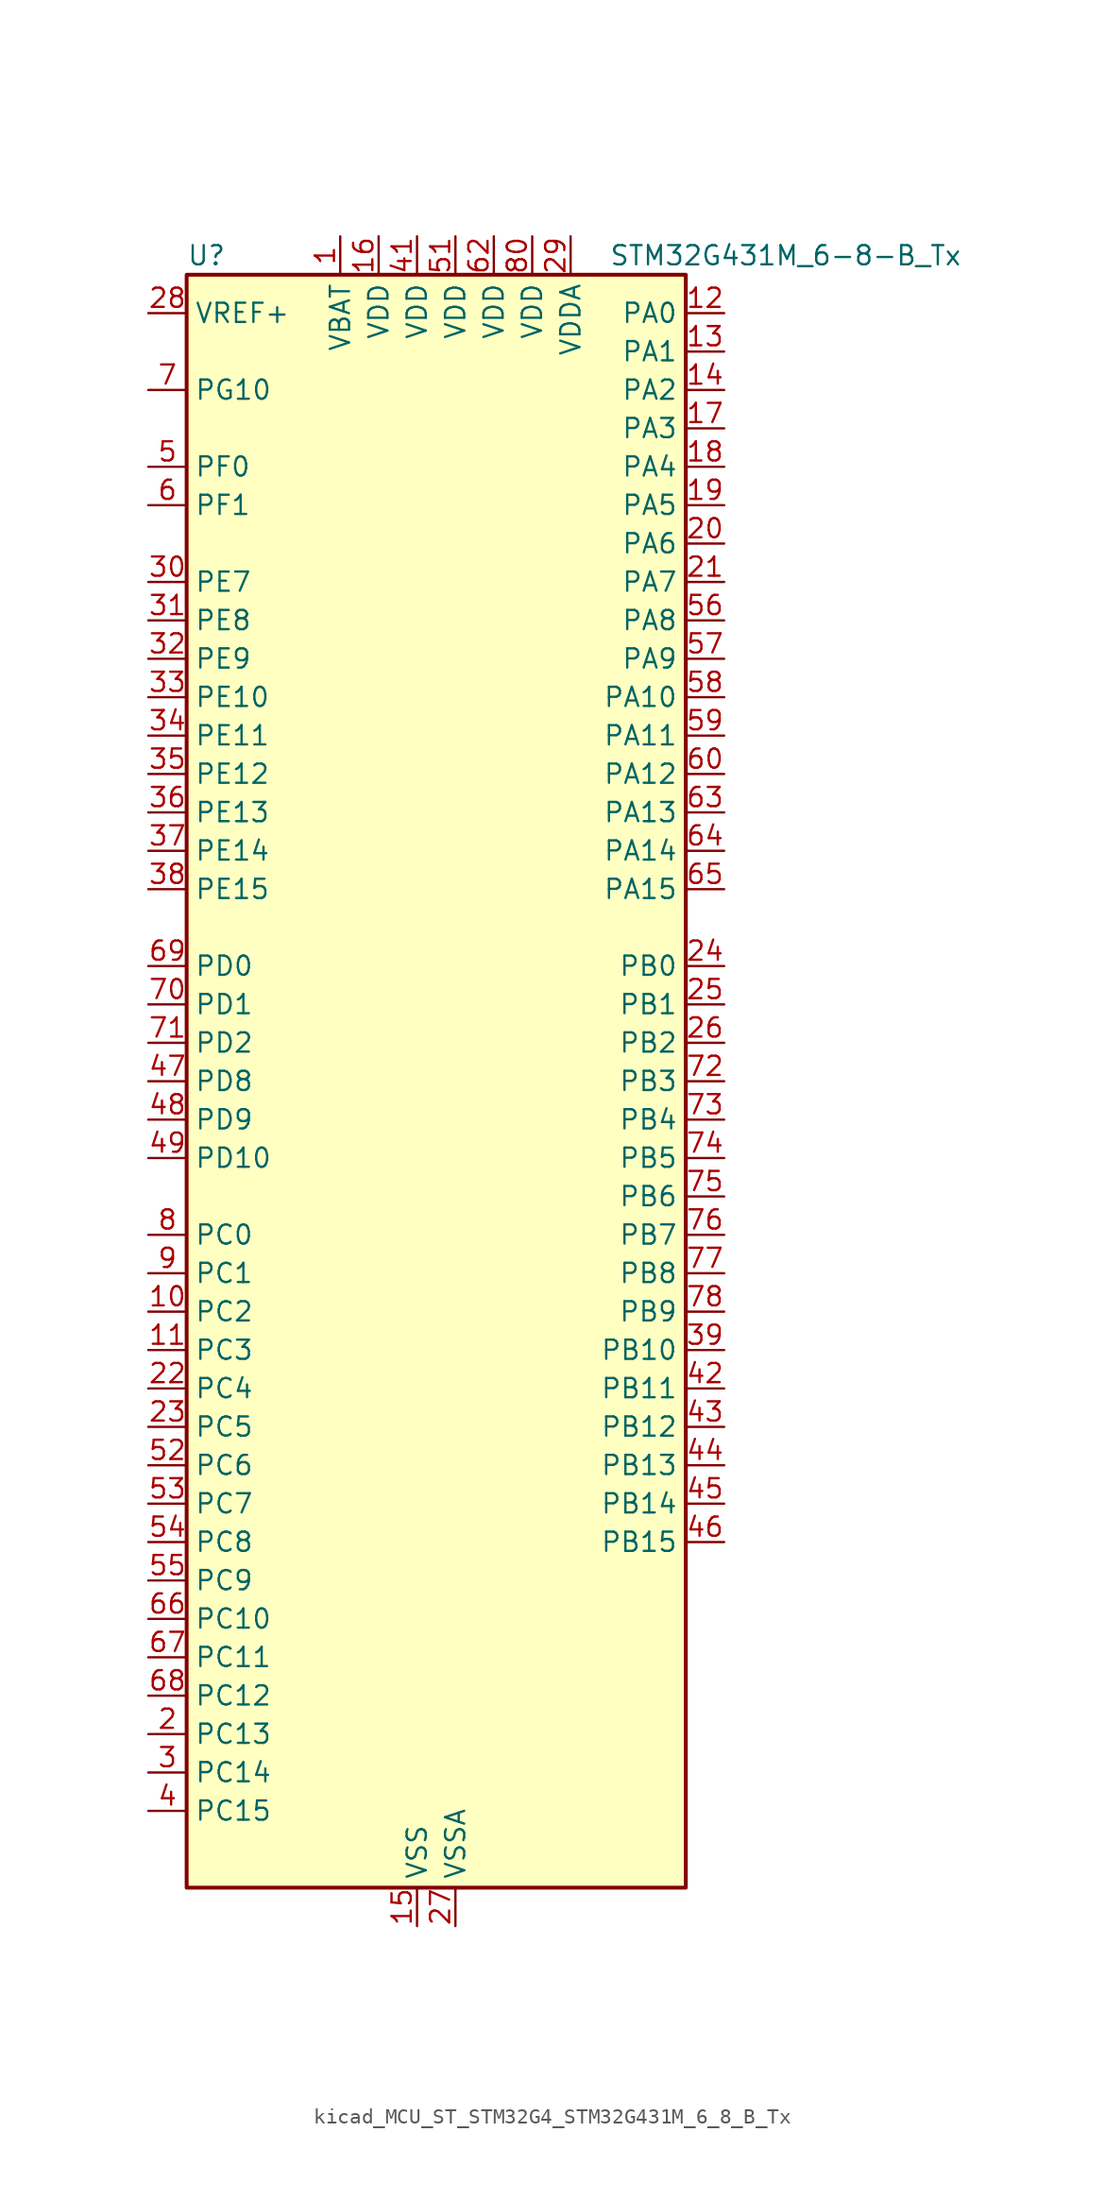
<source format=kicad_sym>
(kicad_symbol_lib
  (version 20220914)
  (generator kicad_symbol_editor)
  (symbol "kicad_MCU_ST_STM32G4_STM32G431M_6_8_B_Tx"
    (property "Reference" "U"
      (at -15.24 54.61 0)
      (effects (font (size 1.27 1.27)) (justify left)))
    (property "Value" "STM32G431M_6-8-B_Tx"
      (at 12.7 54.61 0)
      (effects (font (size 1.27 1.27)) (justify left)))
    (property "ki_locked" ""
      (at 0 0 0)
      (effects (font (size 1.27 1.27))))
    (symbol "kicad_MCU_ST_STM32G4_STM32G431M_6_8_B_Tx_0_1"
      (rectangle (start -15.24 -53.34) (end 17.78 53.34) (stroke (width 0.254) (type default)) (fill (type background))))
    (symbol "kicad_MCU_ST_STM32G4_STM32G431M_6_8_B_Tx_1_1"
      (pin power_in line (at -5.08 55.88 270) (length 2.54) (name "VBAT" (effects (font (size 1.27 1.27)))) (number "1" (effects (font (size 1.27 1.27)))))
      (pin bidirectional line (at -17.78 -15.24 0) (length 2.54) (name "PC2" (effects (font (size 1.27 1.27)))) (number "10" (effects (font (size 1.27 1.27)))) (alternate "ADC1_IN8" bidirectional line) (alternate "ADC2_IN8" bidirectional line) (alternate "COMP3_OUT" bidirectional line) (alternate "LPTIM1_IN2" bidirectional line) (alternate "TIM1_CH3" bidirectional line))
      (pin bidirectional line (at -17.78 -17.78 0) (length 2.54) (name "PC3" (effects (font (size 1.27 1.27)))) (number "11" (effects (font (size 1.27 1.27)))) (alternate "ADC1_IN9" bidirectional line) (alternate "ADC2_IN9" bidirectional line) (alternate "LPTIM1_ETR" bidirectional line) (alternate "SAI1_D1" bidirectional line) (alternate "SAI1_SD_A" bidirectional line) (alternate "TIM1_BKIN2" bidirectional line) (alternate "TIM1_CH4" bidirectional line))
      (pin bidirectional line (at 20.32 50.8 180) (length 2.54) (name "PA0" (effects (font (size 1.27 1.27)))) (number "12" (effects (font (size 1.27 1.27)))) (alternate "ADC1_IN1" bidirectional line) (alternate "ADC2_IN1" bidirectional line) (alternate "COMP1_INM" bidirectional line) (alternate "COMP1_OUT" bidirectional line) (alternate "COMP3_INP" bidirectional line) (alternate "RTC_TAMP2" bidirectional line) (alternate "SYS_WKUP1" bidirectional line) (alternate "TIM2_CH1" bidirectional line) (alternate "TIM2_ETR" bidirectional line) (alternate "TIM8_BKIN" bidirectional line) (alternate "TIM8_ETR" bidirectional line) (alternate "USART2_CTS" bidirectional line) (alternate "USART2_NSS" bidirectional line))
      (pin bidirectional line (at 20.32 48.26 180) (length 2.54) (name "PA1" (effects (font (size 1.27 1.27)))) (number "13" (effects (font (size 1.27 1.27)))) (alternate "ADC1_IN2" bidirectional line) (alternate "ADC2_IN2" bidirectional line) (alternate "COMP1_INP" bidirectional line) (alternate "OPAMP1_VINP" bidirectional line) (alternate "OPAMP1_VINP_SEC" bidirectional line) (alternate "OPAMP3_VINP" bidirectional line) (alternate "OPAMP3_VINP_SEC" bidirectional line) (alternate "RTC_REFIN" bidirectional line) (alternate "TIM15_CH1N" bidirectional line) (alternate "TIM2_CH2" bidirectional line) (alternate "USART2_DE" bidirectional line) (alternate "USART2_RTS" bidirectional line))
      (pin bidirectional line (at 20.32 45.72 180) (length 2.54) (name "PA2" (effects (font (size 1.27 1.27)))) (number "14" (effects (font (size 1.27 1.27)))) (alternate "ADC1_IN3" bidirectional line) (alternate "COMP2_INM" bidirectional line) (alternate "COMP2_OUT" bidirectional line) (alternate "LPUART1_TX" bidirectional line) (alternate "OPAMP1_VOUT" bidirectional line) (alternate "RCC_LSCO" bidirectional line) (alternate "SYS_WKUP4" bidirectional line) (alternate "TIM15_CH1" bidirectional line) (alternate "TIM2_CH3" bidirectional line) (alternate "UCPD1_FRSTX1" bidirectional line) (alternate "UCPD1_FRSTX2" bidirectional line) (alternate "USART2_TX" bidirectional line))
      (pin power_in line (at 0 -55.88 90) (length 2.54) (name "VSS" (effects (font (size 1.27 1.27)))) (number "15" (effects (font (size 1.27 1.27)))))
      (pin power_in line (at -2.54 55.88 270) (length 2.54) (name "VDD" (effects (font (size 1.27 1.27)))) (number "16" (effects (font (size 1.27 1.27)))))
      (pin bidirectional line (at 20.32 43.18 180) (length 2.54) (name "PA3" (effects (font (size 1.27 1.27)))) (number "17" (effects (font (size 1.27 1.27)))) (alternate "ADC1_IN4" bidirectional line) (alternate "COMP2_INP" bidirectional line) (alternate "LPUART1_RX" bidirectional line) (alternate "OPAMP1_VINM" bidirectional line) (alternate "OPAMP1_VINM0" bidirectional line) (alternate "OPAMP1_VINM_SEC" bidirectional line) (alternate "OPAMP1_VINP" bidirectional line) (alternate "OPAMP1_VINP_SEC" bidirectional line) (alternate "SAI1_CK1" bidirectional line) (alternate "SAI1_MCLK_A" bidirectional line) (alternate "TIM15_CH2" bidirectional line) (alternate "TIM2_CH4" bidirectional line) (alternate "USART2_RX" bidirectional line))
      (pin bidirectional line (at 20.32 40.64 180) (length 2.54) (name "PA4" (effects (font (size 1.27 1.27)))) (number "18" (effects (font (size 1.27 1.27)))) (alternate "ADC2_IN17" bidirectional line) (alternate "COMP1_INM" bidirectional line) (alternate "DAC1_OUT1" bidirectional line) (alternate "I2S3_WS" bidirectional line) (alternate "SAI1_FS_B" bidirectional line) (alternate "SPI1_NSS" bidirectional line) (alternate "SPI3_NSS" bidirectional line) (alternate "TIM3_CH2" bidirectional line) (alternate "USART2_CK" bidirectional line))
      (pin bidirectional line (at 20.32 38.1 180) (length 2.54) (name "PA5" (effects (font (size 1.27 1.27)))) (number "19" (effects (font (size 1.27 1.27)))) (alternate "ADC2_IN13" bidirectional line) (alternate "COMP2_INM" bidirectional line) (alternate "DAC1_OUT2" bidirectional line) (alternate "OPAMP2_VINM" bidirectional line) (alternate "OPAMP2_VINM0" bidirectional line) (alternate "OPAMP2_VINM_SEC" bidirectional line) (alternate "SPI1_SCK" bidirectional line) (alternate "TIM2_CH1" bidirectional line) (alternate "TIM2_ETR" bidirectional line) (alternate "UCPD1_FRSTX1" bidirectional line) (alternate "UCPD1_FRSTX2" bidirectional line))
      (pin bidirectional line (at -17.78 -43.18 0) (length 2.54) (name "PC13" (effects (font (size 1.27 1.27)))) (number "2" (effects (font (size 1.27 1.27)))) (alternate "RTC_OUT1" bidirectional line) (alternate "RTC_TAMP1" bidirectional line) (alternate "RTC_TS" bidirectional line) (alternate "SYS_WKUP2" bidirectional line) (alternate "TIM1_BKIN" bidirectional line) (alternate "TIM1_CH1N" bidirectional line) (alternate "TIM8_CH4N" bidirectional line))
      (pin bidirectional line (at 20.32 35.56 180) (length 2.54) (name "PA6" (effects (font (size 1.27 1.27)))) (number "20" (effects (font (size 1.27 1.27)))) (alternate "ADC2_IN3" bidirectional line) (alternate "COMP1_OUT" bidirectional line) (alternate "LPUART1_CTS" bidirectional line) (alternate "OPAMP2_VOUT" bidirectional line) (alternate "SPI1_MISO" bidirectional line) (alternate "TIM16_CH1" bidirectional line) (alternate "TIM1_BKIN" bidirectional line) (alternate "TIM3_CH1" bidirectional line) (alternate "TIM8_BKIN" bidirectional line))
      (pin bidirectional line (at 20.32 33.02 180) (length 2.54) (name "PA7" (effects (font (size 1.27 1.27)))) (number "21" (effects (font (size 1.27 1.27)))) (alternate "ADC2_IN4" bidirectional line) (alternate "COMP2_INP" bidirectional line) (alternate "COMP2_OUT" bidirectional line) (alternate "OPAMP1_VINP" bidirectional line) (alternate "OPAMP1_VINP_SEC" bidirectional line) (alternate "OPAMP2_VINP" bidirectional line) (alternate "OPAMP2_VINP_SEC" bidirectional line) (alternate "SPI1_MOSI" bidirectional line) (alternate "TIM17_CH1" bidirectional line) (alternate "TIM1_CH1N" bidirectional line) (alternate "TIM3_CH2" bidirectional line) (alternate "TIM8_CH1N" bidirectional line) (alternate "UCPD1_FRSTX1" bidirectional line) (alternate "UCPD1_FRSTX2" bidirectional line))
      (pin bidirectional line (at -17.78 -20.32 0) (length 2.54) (name "PC4" (effects (font (size 1.27 1.27)))) (number "22" (effects (font (size 1.27 1.27)))) (alternate "ADC2_IN5" bidirectional line) (alternate "I2C2_SCL" bidirectional line) (alternate "TIM1_ETR" bidirectional line) (alternate "USART1_TX" bidirectional line))
      (pin bidirectional line (at -17.78 -22.86 0) (length 2.54) (name "PC5" (effects (font (size 1.27 1.27)))) (number "23" (effects (font (size 1.27 1.27)))) (alternate "ADC2_IN11" bidirectional line) (alternate "OPAMP1_VINM" bidirectional line) (alternate "OPAMP1_VINM1" bidirectional line) (alternate "OPAMP1_VINM_SEC" bidirectional line) (alternate "OPAMP2_VINM" bidirectional line) (alternate "OPAMP2_VINM1" bidirectional line) (alternate "OPAMP2_VINM_SEC" bidirectional line) (alternate "SAI1_D3" bidirectional line) (alternate "SYS_WKUP5" bidirectional line) (alternate "TIM15_BKIN" bidirectional line) (alternate "TIM1_CH4N" bidirectional line) (alternate "USART1_RX" bidirectional line))
      (pin bidirectional line (at 20.32 7.62 180) (length 2.54) (name "PB0" (effects (font (size 1.27 1.27)))) (number "24" (effects (font (size 1.27 1.27)))) (alternate "ADC1_IN15" bidirectional line) (alternate "COMP4_INP" bidirectional line) (alternate "OPAMP2_VINP" bidirectional line) (alternate "OPAMP2_VINP_SEC" bidirectional line) (alternate "OPAMP3_VINP" bidirectional line) (alternate "OPAMP3_VINP_SEC" bidirectional line) (alternate "TIM1_CH2N" bidirectional line) (alternate "TIM3_CH3" bidirectional line) (alternate "TIM8_CH2N" bidirectional line) (alternate "UCPD1_FRSTX1" bidirectional line) (alternate "UCPD1_FRSTX2" bidirectional line))
      (pin bidirectional line (at 20.32 5.08 180) (length 2.54) (name "PB1" (effects (font (size 1.27 1.27)))) (number "25" (effects (font (size 1.27 1.27)))) (alternate "ADC1_IN12" bidirectional line) (alternate "COMP1_INP" bidirectional line) (alternate "COMP4_OUT" bidirectional line) (alternate "LPUART1_DE" bidirectional line) (alternate "LPUART1_RTS" bidirectional line) (alternate "OPAMP3_VOUT" bidirectional line) (alternate "TIM1_CH3N" bidirectional line) (alternate "TIM3_CH4" bidirectional line) (alternate "TIM8_CH3N" bidirectional line))
      (pin bidirectional line (at 20.32 2.54 180) (length 2.54) (name "PB2" (effects (font (size 1.27 1.27)))) (number "26" (effects (font (size 1.27 1.27)))) (alternate "ADC2_IN12" bidirectional line) (alternate "COMP4_INM" bidirectional line) (alternate "I2C3_SMBA" bidirectional line) (alternate "LPTIM1_OUT" bidirectional line) (alternate "OPAMP3_VINM" bidirectional line) (alternate "OPAMP3_VINM0" bidirectional line) (alternate "OPAMP3_VINM_SEC" bidirectional line) (alternate "RTC_OUT2" bidirectional line))
      (pin power_in line (at 2.54 -55.88 90) (length 2.54) (name "VSSA" (effects (font (size 1.27 1.27)))) (number "27" (effects (font (size 1.27 1.27)))))
      (pin input line (at -17.78 50.8 0) (length 2.54) (name "VREF+" (effects (font (size 1.27 1.27)))) (number "28" (effects (font (size 1.27 1.27)))) (alternate "VREFBUF_OUT" bidirectional line))
      (pin power_in line (at 10.16 55.88 270) (length 2.54) (name "VDDA" (effects (font (size 1.27 1.27)))) (number "29" (effects (font (size 1.27 1.27)))))
      (pin bidirectional line (at -17.78 -45.72 0) (length 2.54) (name "PC14" (effects (font (size 1.27 1.27)))) (number "3" (effects (font (size 1.27 1.27)))) (alternate "RCC_OSC32_IN" bidirectional line))
      (pin bidirectional line (at -17.78 33.02 0) (length 2.54) (name "PE7" (effects (font (size 1.27 1.27)))) (number "30" (effects (font (size 1.27 1.27)))) (alternate "COMP4_INP" bidirectional line) (alternate "SAI1_SD_B" bidirectional line) (alternate "TIM1_ETR" bidirectional line))
      (pin bidirectional line (at -17.78 30.48 0) (length 2.54) (name "PE8" (effects (font (size 1.27 1.27)))) (number "31" (effects (font (size 1.27 1.27)))) (alternate "COMP4_INM" bidirectional line) (alternate "SAI1_SCK_B" bidirectional line) (alternate "TIM1_CH1N" bidirectional line))
      (pin bidirectional line (at -17.78 27.94 0) (length 2.54) (name "PE9" (effects (font (size 1.27 1.27)))) (number "32" (effects (font (size 1.27 1.27)))) (alternate "DAC1_EXTI9" bidirectional line) (alternate "DAC3_EXTI9" bidirectional line) (alternate "SAI1_FS_B" bidirectional line) (alternate "TIM1_CH1" bidirectional line))
      (pin bidirectional line (at -17.78 25.4 0) (length 2.54) (name "PE10" (effects (font (size 1.27 1.27)))) (number "33" (effects (font (size 1.27 1.27)))) (alternate "DAC1_EXTI10" bidirectional line) (alternate "DAC3_EXTI10" bidirectional line) (alternate "SAI1_MCLK_B" bidirectional line) (alternate "TIM1_CH2N" bidirectional line))
      (pin bidirectional line (at -17.78 22.86 0) (length 2.54) (name "PE11" (effects (font (size 1.27 1.27)))) (number "34" (effects (font (size 1.27 1.27)))) (alternate "ADC1_EXTI11" bidirectional line) (alternate "ADC2_EXTI11" bidirectional line) (alternate "TIM1_CH2" bidirectional line))
      (pin bidirectional line (at -17.78 20.32 0) (length 2.54) (name "PE12" (effects (font (size 1.27 1.27)))) (number "35" (effects (font (size 1.27 1.27)))) (alternate "TIM1_CH3N" bidirectional line))
      (pin bidirectional line (at -17.78 17.78 0) (length 2.54) (name "PE13" (effects (font (size 1.27 1.27)))) (number "36" (effects (font (size 1.27 1.27)))) (alternate "TIM1_CH3" bidirectional line))
      (pin bidirectional line (at -17.78 15.24 0) (length 2.54) (name "PE14" (effects (font (size 1.27 1.27)))) (number "37" (effects (font (size 1.27 1.27)))) (alternate "TIM1_BKIN2" bidirectional line) (alternate "TIM1_CH4" bidirectional line))
      (pin bidirectional line (at -17.78 12.7 0) (length 2.54) (name "PE15" (effects (font (size 1.27 1.27)))) (number "38" (effects (font (size 1.27 1.27)))) (alternate "ADC1_EXTI15" bidirectional line) (alternate "ADC2_EXTI15" bidirectional line) (alternate "TIM1_BKIN" bidirectional line) (alternate "TIM1_CH4N" bidirectional line) (alternate "USART3_RX" bidirectional line))
      (pin bidirectional line (at 20.32 -17.78 180) (length 2.54) (name "PB10" (effects (font (size 1.27 1.27)))) (number "39" (effects (font (size 1.27 1.27)))) (alternate "DAC1_EXTI10" bidirectional line) (alternate "DAC3_EXTI10" bidirectional line) (alternate "LPUART1_RX" bidirectional line) (alternate "OPAMP3_VINM" bidirectional line) (alternate "OPAMP3_VINM1" bidirectional line) (alternate "OPAMP3_VINM_SEC" bidirectional line) (alternate "SAI1_SCK_A" bidirectional line) (alternate "TIM1_BKIN" bidirectional line) (alternate "TIM2_CH3" bidirectional line) (alternate "USART3_TX" bidirectional line))
      (pin bidirectional line (at -17.78 -48.26 0) (length 2.54) (name "PC15" (effects (font (size 1.27 1.27)))) (number "4" (effects (font (size 1.27 1.27)))) (alternate "ADC1_EXTI15" bidirectional line) (alternate "ADC2_EXTI15" bidirectional line) (alternate "RCC_OSC32_OUT" bidirectional line))
      (pin passive line (at 0 -55.88 90) (length 2.54) hide (name "VSS" (effects (font (size 1.27 1.27)))) (number "40" (effects (font (size 1.27 1.27)))))
      (pin power_in line (at 0 55.88 270) (length 2.54) (name "VDD" (effects (font (size 1.27 1.27)))) (number "41" (effects (font (size 1.27 1.27)))))
      (pin bidirectional line (at 20.32 -20.32 180) (length 2.54) (name "PB11" (effects (font (size 1.27 1.27)))) (number "42" (effects (font (size 1.27 1.27)))) (alternate "ADC1_EXTI11" bidirectional line) (alternate "ADC1_IN14" bidirectional line) (alternate "ADC2_EXTI11" bidirectional line) (alternate "ADC2_IN14" bidirectional line) (alternate "LPUART1_TX" bidirectional line) (alternate "TIM2_CH4" bidirectional line) (alternate "USART3_RX" bidirectional line))
      (pin bidirectional line (at 20.32 -22.86 180) (length 2.54) (name "PB12" (effects (font (size 1.27 1.27)))) (number "43" (effects (font (size 1.27 1.27)))) (alternate "ADC1_IN11" bidirectional line) (alternate "I2C2_SMBA" bidirectional line) (alternate "I2S2_WS" bidirectional line) (alternate "LPUART1_DE" bidirectional line) (alternate "LPUART1_RTS" bidirectional line) (alternate "SPI2_NSS" bidirectional line) (alternate "TIM1_BKIN" bidirectional line) (alternate "USART3_CK" bidirectional line))
      (pin bidirectional line (at 20.32 -25.4 180) (length 2.54) (name "PB13" (effects (font (size 1.27 1.27)))) (number "44" (effects (font (size 1.27 1.27)))) (alternate "I2S2_CK" bidirectional line) (alternate "LPUART1_CTS" bidirectional line) (alternate "OPAMP3_VINP" bidirectional line) (alternate "OPAMP3_VINP_SEC" bidirectional line) (alternate "SPI2_SCK" bidirectional line) (alternate "TIM1_CH1N" bidirectional line) (alternate "USART3_CTS" bidirectional line) (alternate "USART3_NSS" bidirectional line))
      (pin bidirectional line (at 20.32 -27.94 180) (length 2.54) (name "PB14" (effects (font (size 1.27 1.27)))) (number "45" (effects (font (size 1.27 1.27)))) (alternate "ADC1_IN5" bidirectional line) (alternate "COMP4_OUT" bidirectional line) (alternate "OPAMP2_VINP" bidirectional line) (alternate "OPAMP2_VINP_SEC" bidirectional line) (alternate "SPI2_MISO" bidirectional line) (alternate "TIM15_CH1" bidirectional line) (alternate "TIM1_CH2N" bidirectional line) (alternate "USART3_DE" bidirectional line) (alternate "USART3_RTS" bidirectional line))
      (pin bidirectional line (at 20.32 -30.48 180) (length 2.54) (name "PB15" (effects (font (size 1.27 1.27)))) (number "46" (effects (font (size 1.27 1.27)))) (alternate "ADC1_EXTI15" bidirectional line) (alternate "ADC2_EXTI15" bidirectional line) (alternate "ADC2_IN15" bidirectional line) (alternate "COMP3_OUT" bidirectional line) (alternate "I2S2_SD" bidirectional line) (alternate "RTC_REFIN" bidirectional line) (alternate "SPI2_MOSI" bidirectional line) (alternate "TIM15_CH1N" bidirectional line) (alternate "TIM15_CH2" bidirectional line) (alternate "TIM1_CH3N" bidirectional line))
      (pin bidirectional line (at -17.78 0 0) (length 2.54) (name "PD8" (effects (font (size 1.27 1.27)))) (number "47" (effects (font (size 1.27 1.27)))) (alternate "USART3_TX" bidirectional line))
      (pin bidirectional line (at -17.78 -2.54 0) (length 2.54) (name "PD9" (effects (font (size 1.27 1.27)))) (number "48" (effects (font (size 1.27 1.27)))) (alternate "DAC1_EXTI9" bidirectional line) (alternate "DAC3_EXTI9" bidirectional line) (alternate "USART3_RX" bidirectional line))
      (pin bidirectional line (at -17.78 -5.08 0) (length 2.54) (name "PD10" (effects (font (size 1.27 1.27)))) (number "49" (effects (font (size 1.27 1.27)))) (alternate "DAC1_EXTI10" bidirectional line) (alternate "DAC3_EXTI10" bidirectional line) (alternate "USART3_CK" bidirectional line))
      (pin bidirectional line (at -17.78 40.64 0) (length 2.54) (name "PF0" (effects (font (size 1.27 1.27)))) (number "5" (effects (font (size 1.27 1.27)))) (alternate "ADC1_IN10" bidirectional line) (alternate "I2C2_SDA" bidirectional line) (alternate "I2S2_WS" bidirectional line) (alternate "RCC_OSC_IN" bidirectional line) (alternate "SPI2_NSS" bidirectional line) (alternate "TIM1_CH3N" bidirectional line))
      (pin passive line (at 0 -55.88 90) (length 2.54) hide (name "VSS" (effects (font (size 1.27 1.27)))) (number "50" (effects (font (size 1.27 1.27)))))
      (pin power_in line (at 2.54 55.88 270) (length 2.54) (name "VDD" (effects (font (size 1.27 1.27)))) (number "51" (effects (font (size 1.27 1.27)))))
      (pin bidirectional line (at -17.78 -25.4 0) (length 2.54) (name "PC6" (effects (font (size 1.27 1.27)))) (number "52" (effects (font (size 1.27 1.27)))) (alternate "I2S2_MCK" bidirectional line) (alternate "TIM3_CH1" bidirectional line) (alternate "TIM8_CH1" bidirectional line))
      (pin bidirectional line (at -17.78 -27.94 0) (length 2.54) (name "PC7" (effects (font (size 1.27 1.27)))) (number "53" (effects (font (size 1.27 1.27)))) (alternate "I2S3_MCK" bidirectional line) (alternate "TIM3_CH2" bidirectional line) (alternate "TIM8_CH2" bidirectional line))
      (pin bidirectional line (at -17.78 -30.48 0) (length 2.54) (name "PC8" (effects (font (size 1.27 1.27)))) (number "54" (effects (font (size 1.27 1.27)))) (alternate "I2C3_SCL" bidirectional line) (alternate "TIM3_CH3" bidirectional line) (alternate "TIM8_CH3" bidirectional line))
      (pin bidirectional line (at -17.78 -33.02 0) (length 2.54) (name "PC9" (effects (font (size 1.27 1.27)))) (number "55" (effects (font (size 1.27 1.27)))) (alternate "DAC1_EXTI9" bidirectional line) (alternate "DAC3_EXTI9" bidirectional line) (alternate "I2C3_SDA" bidirectional line) (alternate "I2S_CKIN" bidirectional line) (alternate "TIM3_CH4" bidirectional line) (alternate "TIM8_BKIN2" bidirectional line) (alternate "TIM8_CH4" bidirectional line))
      (pin bidirectional line (at 20.32 30.48 180) (length 2.54) (name "PA8" (effects (font (size 1.27 1.27)))) (number "56" (effects (font (size 1.27 1.27)))) (alternate "I2C2_SDA" bidirectional line) (alternate "I2C3_SCL" bidirectional line) (alternate "I2S2_MCK" bidirectional line) (alternate "RCC_MCO" bidirectional line) (alternate "SAI1_CK2" bidirectional line) (alternate "SAI1_SCK_A" bidirectional line) (alternate "TIM1_CH1" bidirectional line) (alternate "TIM4_ETR" bidirectional line) (alternate "USART1_CK" bidirectional line))
      (pin bidirectional line (at 20.32 27.94 180) (length 2.54) (name "PA9" (effects (font (size 1.27 1.27)))) (number "57" (effects (font (size 1.27 1.27)))) (alternate "DAC1_EXTI9" bidirectional line) (alternate "DAC3_EXTI9" bidirectional line) (alternate "I2C2_SCL" bidirectional line) (alternate "I2C3_SMBA" bidirectional line) (alternate "I2S3_MCK" bidirectional line) (alternate "SAI1_FS_A" bidirectional line) (alternate "TIM15_BKIN" bidirectional line) (alternate "TIM1_CH2" bidirectional line) (alternate "TIM2_CH3" bidirectional line) (alternate "UCPD1_DBCC1" bidirectional line) (alternate "USART1_TX" bidirectional line))
      (pin bidirectional line (at 20.32 25.4 180) (length 2.54) (name "PA10" (effects (font (size 1.27 1.27)))) (number "58" (effects (font (size 1.27 1.27)))) (alternate "CRS_SYNC" bidirectional line) (alternate "DAC1_EXTI10" bidirectional line) (alternate "DAC3_EXTI10" bidirectional line) (alternate "I2C2_SMBA" bidirectional line) (alternate "SAI1_D1" bidirectional line) (alternate "SAI1_SD_A" bidirectional line) (alternate "SPI2_MISO" bidirectional line) (alternate "TIM17_BKIN" bidirectional line) (alternate "TIM1_CH3" bidirectional line) (alternate "TIM2_CH4" bidirectional line) (alternate "TIM8_BKIN" bidirectional line) (alternate "UCPD1_DBCC2" bidirectional line) (alternate "USART1_RX" bidirectional line))
      (pin bidirectional line (at 20.32 22.86 180) (length 2.54) (name "PA11" (effects (font (size 1.27 1.27)))) (number "59" (effects (font (size 1.27 1.27)))) (alternate "ADC1_EXTI11" bidirectional line) (alternate "ADC2_EXTI11" bidirectional line) (alternate "COMP1_OUT" bidirectional line) (alternate "FDCAN1_RX" bidirectional line) (alternate "I2S2_SD" bidirectional line) (alternate "SPI2_MOSI" bidirectional line) (alternate "TIM1_BKIN2" bidirectional line) (alternate "TIM1_CH1N" bidirectional line) (alternate "TIM1_CH4" bidirectional line) (alternate "TIM4_CH1" bidirectional line) (alternate "USART1_CTS" bidirectional line) (alternate "USART1_NSS" bidirectional line) (alternate "USB_DM" bidirectional line))
      (pin bidirectional line (at -17.78 38.1 0) (length 2.54) (name "PF1" (effects (font (size 1.27 1.27)))) (number "6" (effects (font (size 1.27 1.27)))) (alternate "ADC2_IN10" bidirectional line) (alternate "COMP3_INM" bidirectional line) (alternate "I2S2_CK" bidirectional line) (alternate "RCC_OSC_OUT" bidirectional line) (alternate "SPI2_SCK" bidirectional line))
      (pin bidirectional line (at 20.32 20.32 180) (length 2.54) (name "PA12" (effects (font (size 1.27 1.27)))) (number "60" (effects (font (size 1.27 1.27)))) (alternate "COMP2_OUT" bidirectional line) (alternate "FDCAN1_TX" bidirectional line) (alternate "I2S_CKIN" bidirectional line) (alternate "TIM16_CH1" bidirectional line) (alternate "TIM1_CH2N" bidirectional line) (alternate "TIM1_ETR" bidirectional line) (alternate "TIM4_CH2" bidirectional line) (alternate "USART1_DE" bidirectional line) (alternate "USART1_RTS" bidirectional line) (alternate "USB_DP" bidirectional line))
      (pin passive line (at 0 -55.88 90) (length 2.54) hide (name "VSS" (effects (font (size 1.27 1.27)))) (number "61" (effects (font (size 1.27 1.27)))))
      (pin power_in line (at 5.08 55.88 270) (length 2.54) (name "VDD" (effects (font (size 1.27 1.27)))) (number "62" (effects (font (size 1.27 1.27)))))
      (pin bidirectional line (at 20.32 17.78 180) (length 2.54) (name "PA13" (effects (font (size 1.27 1.27)))) (number "63" (effects (font (size 1.27 1.27)))) (alternate "I2C1_SCL" bidirectional line) (alternate "IR_OUT" bidirectional line) (alternate "SAI1_SD_B" bidirectional line) (alternate "SYS_JTMS-SWDIO" bidirectional line) (alternate "TIM16_CH1N" bidirectional line) (alternate "TIM4_CH3" bidirectional line) (alternate "USART3_CTS" bidirectional line) (alternate "USART3_NSS" bidirectional line))
      (pin bidirectional line (at 20.32 15.24 180) (length 2.54) (name "PA14" (effects (font (size 1.27 1.27)))) (number "64" (effects (font (size 1.27 1.27)))) (alternate "I2C1_SDA" bidirectional line) (alternate "LPTIM1_OUT" bidirectional line) (alternate "SAI1_FS_B" bidirectional line) (alternate "SYS_JTCK-SWCLK" bidirectional line) (alternate "TIM1_BKIN" bidirectional line) (alternate "TIM8_CH2" bidirectional line) (alternate "USART2_TX" bidirectional line))
      (pin bidirectional line (at 20.32 12.7 180) (length 2.54) (name "PA15" (effects (font (size 1.27 1.27)))) (number "65" (effects (font (size 1.27 1.27)))) (alternate "ADC1_EXTI15" bidirectional line) (alternate "ADC2_EXTI15" bidirectional line) (alternate "I2C1_SCL" bidirectional line) (alternate "I2S3_WS" bidirectional line) (alternate "SPI1_NSS" bidirectional line) (alternate "SPI3_NSS" bidirectional line) (alternate "SYS_JTDI" bidirectional line) (alternate "TIM1_BKIN" bidirectional line) (alternate "TIM2_CH1" bidirectional line) (alternate "TIM2_ETR" bidirectional line) (alternate "TIM8_CH1" bidirectional line) (alternate "UART4_DE" bidirectional line) (alternate "UART4_RTS" bidirectional line) (alternate "USART2_RX" bidirectional line))
      (pin bidirectional line (at -17.78 -35.56 0) (length 2.54) (name "PC10" (effects (font (size 1.27 1.27)))) (number "66" (effects (font (size 1.27 1.27)))) (alternate "DAC1_EXTI10" bidirectional line) (alternate "DAC3_EXTI10" bidirectional line) (alternate "I2S3_CK" bidirectional line) (alternate "SPI3_SCK" bidirectional line) (alternate "TIM8_CH1N" bidirectional line) (alternate "UART4_TX" bidirectional line) (alternate "USART3_TX" bidirectional line))
      (pin bidirectional line (at -17.78 -38.1 0) (length 2.54) (name "PC11" (effects (font (size 1.27 1.27)))) (number "67" (effects (font (size 1.27 1.27)))) (alternate "ADC1_EXTI11" bidirectional line) (alternate "ADC2_EXTI11" bidirectional line) (alternate "I2C3_SDA" bidirectional line) (alternate "SPI3_MISO" bidirectional line) (alternate "TIM8_CH2N" bidirectional line) (alternate "UART4_RX" bidirectional line) (alternate "USART3_RX" bidirectional line))
      (pin bidirectional line (at -17.78 -40.64 0) (length 2.54) (name "PC12" (effects (font (size 1.27 1.27)))) (number "68" (effects (font (size 1.27 1.27)))) (alternate "I2S3_SD" bidirectional line) (alternate "SPI3_MOSI" bidirectional line) (alternate "TIM8_CH3N" bidirectional line) (alternate "UCPD1_FRSTX1" bidirectional line) (alternate "UCPD1_FRSTX2" bidirectional line) (alternate "USART3_CK" bidirectional line))
      (pin bidirectional line (at -17.78 7.62 0) (length 2.54) (name "PD0" (effects (font (size 1.27 1.27)))) (number "69" (effects (font (size 1.27 1.27)))) (alternate "FDCAN1_RX" bidirectional line) (alternate "TIM8_CH4N" bidirectional line))
      (pin bidirectional line (at -17.78 45.72 0) (length 2.54) (name "PG10" (effects (font (size 1.27 1.27)))) (number "7" (effects (font (size 1.27 1.27)))) (alternate "DAC1_EXTI10" bidirectional line) (alternate "DAC3_EXTI10" bidirectional line) (alternate "RCC_MCO" bidirectional line))
      (pin bidirectional line (at -17.78 5.08 0) (length 2.54) (name "PD1" (effects (font (size 1.27 1.27)))) (number "70" (effects (font (size 1.27 1.27)))) (alternate "FDCAN1_TX" bidirectional line) (alternate "TIM8_BKIN2" bidirectional line) (alternate "TIM8_CH4" bidirectional line))
      (pin bidirectional line (at -17.78 2.54 0) (length 2.54) (name "PD2" (effects (font (size 1.27 1.27)))) (number "71" (effects (font (size 1.27 1.27)))) (alternate "TIM3_ETR" bidirectional line) (alternate "TIM8_BKIN" bidirectional line))
      (pin bidirectional line (at 20.32 0 180) (length 2.54) (name "PB3" (effects (font (size 1.27 1.27)))) (number "72" (effects (font (size 1.27 1.27)))) (alternate "CRS_SYNC" bidirectional line) (alternate "I2S3_CK" bidirectional line) (alternate "SAI1_SCK_B" bidirectional line) (alternate "SPI1_SCK" bidirectional line) (alternate "SPI3_SCK" bidirectional line) (alternate "SYS_JTDO-SWO" bidirectional line) (alternate "TIM2_CH2" bidirectional line) (alternate "TIM3_ETR" bidirectional line) (alternate "TIM4_ETR" bidirectional line) (alternate "TIM8_CH1N" bidirectional line) (alternate "USART2_TX" bidirectional line))
      (pin bidirectional line (at 20.32 -2.54 180) (length 2.54) (name "PB4" (effects (font (size 1.27 1.27)))) (number "73" (effects (font (size 1.27 1.27)))) (alternate "SAI1_MCLK_B" bidirectional line) (alternate "SPI1_MISO" bidirectional line) (alternate "SPI3_MISO" bidirectional line) (alternate "SYS_JTRST" bidirectional line) (alternate "TIM16_CH1" bidirectional line) (alternate "TIM17_BKIN" bidirectional line) (alternate "TIM3_CH1" bidirectional line) (alternate "TIM8_CH2N" bidirectional line) (alternate "UCPD1_CC2" bidirectional line) (alternate "USART2_RX" bidirectional line))
      (pin bidirectional line (at 20.32 -5.08 180) (length 2.54) (name "PB5" (effects (font (size 1.27 1.27)))) (number "74" (effects (font (size 1.27 1.27)))) (alternate "I2C1_SMBA" bidirectional line) (alternate "I2C3_SDA" bidirectional line) (alternate "I2S3_SD" bidirectional line) (alternate "LPTIM1_IN1" bidirectional line) (alternate "SAI1_SD_B" bidirectional line) (alternate "SPI1_MOSI" bidirectional line) (alternate "SPI3_MOSI" bidirectional line) (alternate "TIM16_BKIN" bidirectional line) (alternate "TIM17_CH1" bidirectional line) (alternate "TIM3_CH2" bidirectional line) (alternate "TIM8_CH3N" bidirectional line) (alternate "USART2_CK" bidirectional line))
      (pin bidirectional line (at 20.32 -7.62 180) (length 2.54) (name "PB6" (effects (font (size 1.27 1.27)))) (number "75" (effects (font (size 1.27 1.27)))) (alternate "COMP4_OUT" bidirectional line) (alternate "LPTIM1_ETR" bidirectional line) (alternate "SAI1_FS_B" bidirectional line) (alternate "TIM16_CH1N" bidirectional line) (alternate "TIM4_CH1" bidirectional line) (alternate "TIM8_BKIN2" bidirectional line) (alternate "TIM8_CH1" bidirectional line) (alternate "TIM8_ETR" bidirectional line) (alternate "UCPD1_CC1" bidirectional line) (alternate "USART1_TX" bidirectional line))
      (pin bidirectional line (at 20.32 -10.16 180) (length 2.54) (name "PB7" (effects (font (size 1.27 1.27)))) (number "76" (effects (font (size 1.27 1.27)))) (alternate "COMP3_OUT" bidirectional line) (alternate "I2C1_SDA" bidirectional line) (alternate "LPTIM1_IN2" bidirectional line) (alternate "SYS_PVD_IN" bidirectional line) (alternate "TIM17_CH1N" bidirectional line) (alternate "TIM3_CH4" bidirectional line) (alternate "TIM4_CH2" bidirectional line) (alternate "TIM8_BKIN" bidirectional line) (alternate "UART4_CTS" bidirectional line) (alternate "USART1_RX" bidirectional line))
      (pin bidirectional line (at 20.32 -12.7 180) (length 2.54) (name "PB8" (effects (font (size 1.27 1.27)))) (number "77" (effects (font (size 1.27 1.27)))) (alternate "COMP1_OUT" bidirectional line) (alternate "FDCAN1_RX" bidirectional line) (alternate "I2C1_SCL" bidirectional line) (alternate "SAI1_CK1" bidirectional line) (alternate "SAI1_MCLK_A" bidirectional line) (alternate "TIM16_CH1" bidirectional line) (alternate "TIM1_BKIN" bidirectional line) (alternate "TIM4_CH3" bidirectional line) (alternate "TIM8_CH2" bidirectional line) (alternate "USART3_RX" bidirectional line))
      (pin bidirectional line (at 20.32 -15.24 180) (length 2.54) (name "PB9" (effects (font (size 1.27 1.27)))) (number "78" (effects (font (size 1.27 1.27)))) (alternate "COMP2_OUT" bidirectional line) (alternate "DAC1_EXTI9" bidirectional line) (alternate "DAC3_EXTI9" bidirectional line) (alternate "FDCAN1_TX" bidirectional line) (alternate "I2C1_SDA" bidirectional line) (alternate "IR_OUT" bidirectional line) (alternate "SAI1_D2" bidirectional line) (alternate "SAI1_FS_A" bidirectional line) (alternate "TIM17_CH1" bidirectional line) (alternate "TIM1_CH3N" bidirectional line) (alternate "TIM4_CH4" bidirectional line) (alternate "TIM8_CH3" bidirectional line) (alternate "USART3_TX" bidirectional line))
      (pin passive line (at 0 -55.88 90) (length 2.54) hide (name "VSS" (effects (font (size 1.27 1.27)))) (number "79" (effects (font (size 1.27 1.27)))))
      (pin bidirectional line (at -17.78 -10.16 0) (length 2.54) (name "PC0" (effects (font (size 1.27 1.27)))) (number "8" (effects (font (size 1.27 1.27)))) (alternate "ADC1_IN6" bidirectional line) (alternate "ADC2_IN6" bidirectional line) (alternate "COMP3_INM" bidirectional line) (alternate "LPTIM1_IN1" bidirectional line) (alternate "LPUART1_RX" bidirectional line) (alternate "TIM1_CH1" bidirectional line))
      (pin power_in line (at 7.62 55.88 270) (length 2.54) (name "VDD" (effects (font (size 1.27 1.27)))) (number "80" (effects (font (size 1.27 1.27)))))
      (pin bidirectional line (at -17.78 -12.7 0) (length 2.54) (name "PC1" (effects (font (size 1.27 1.27)))) (number "9" (effects (font (size 1.27 1.27)))) (alternate "ADC1_IN7" bidirectional line) (alternate "ADC2_IN7" bidirectional line) (alternate "COMP3_INP" bidirectional line) (alternate "LPTIM1_OUT" bidirectional line) (alternate "LPUART1_TX" bidirectional line) (alternate "SAI1_SD_A" bidirectional line) (alternate "TIM1_CH2" bidirectional line)))))
</source>
